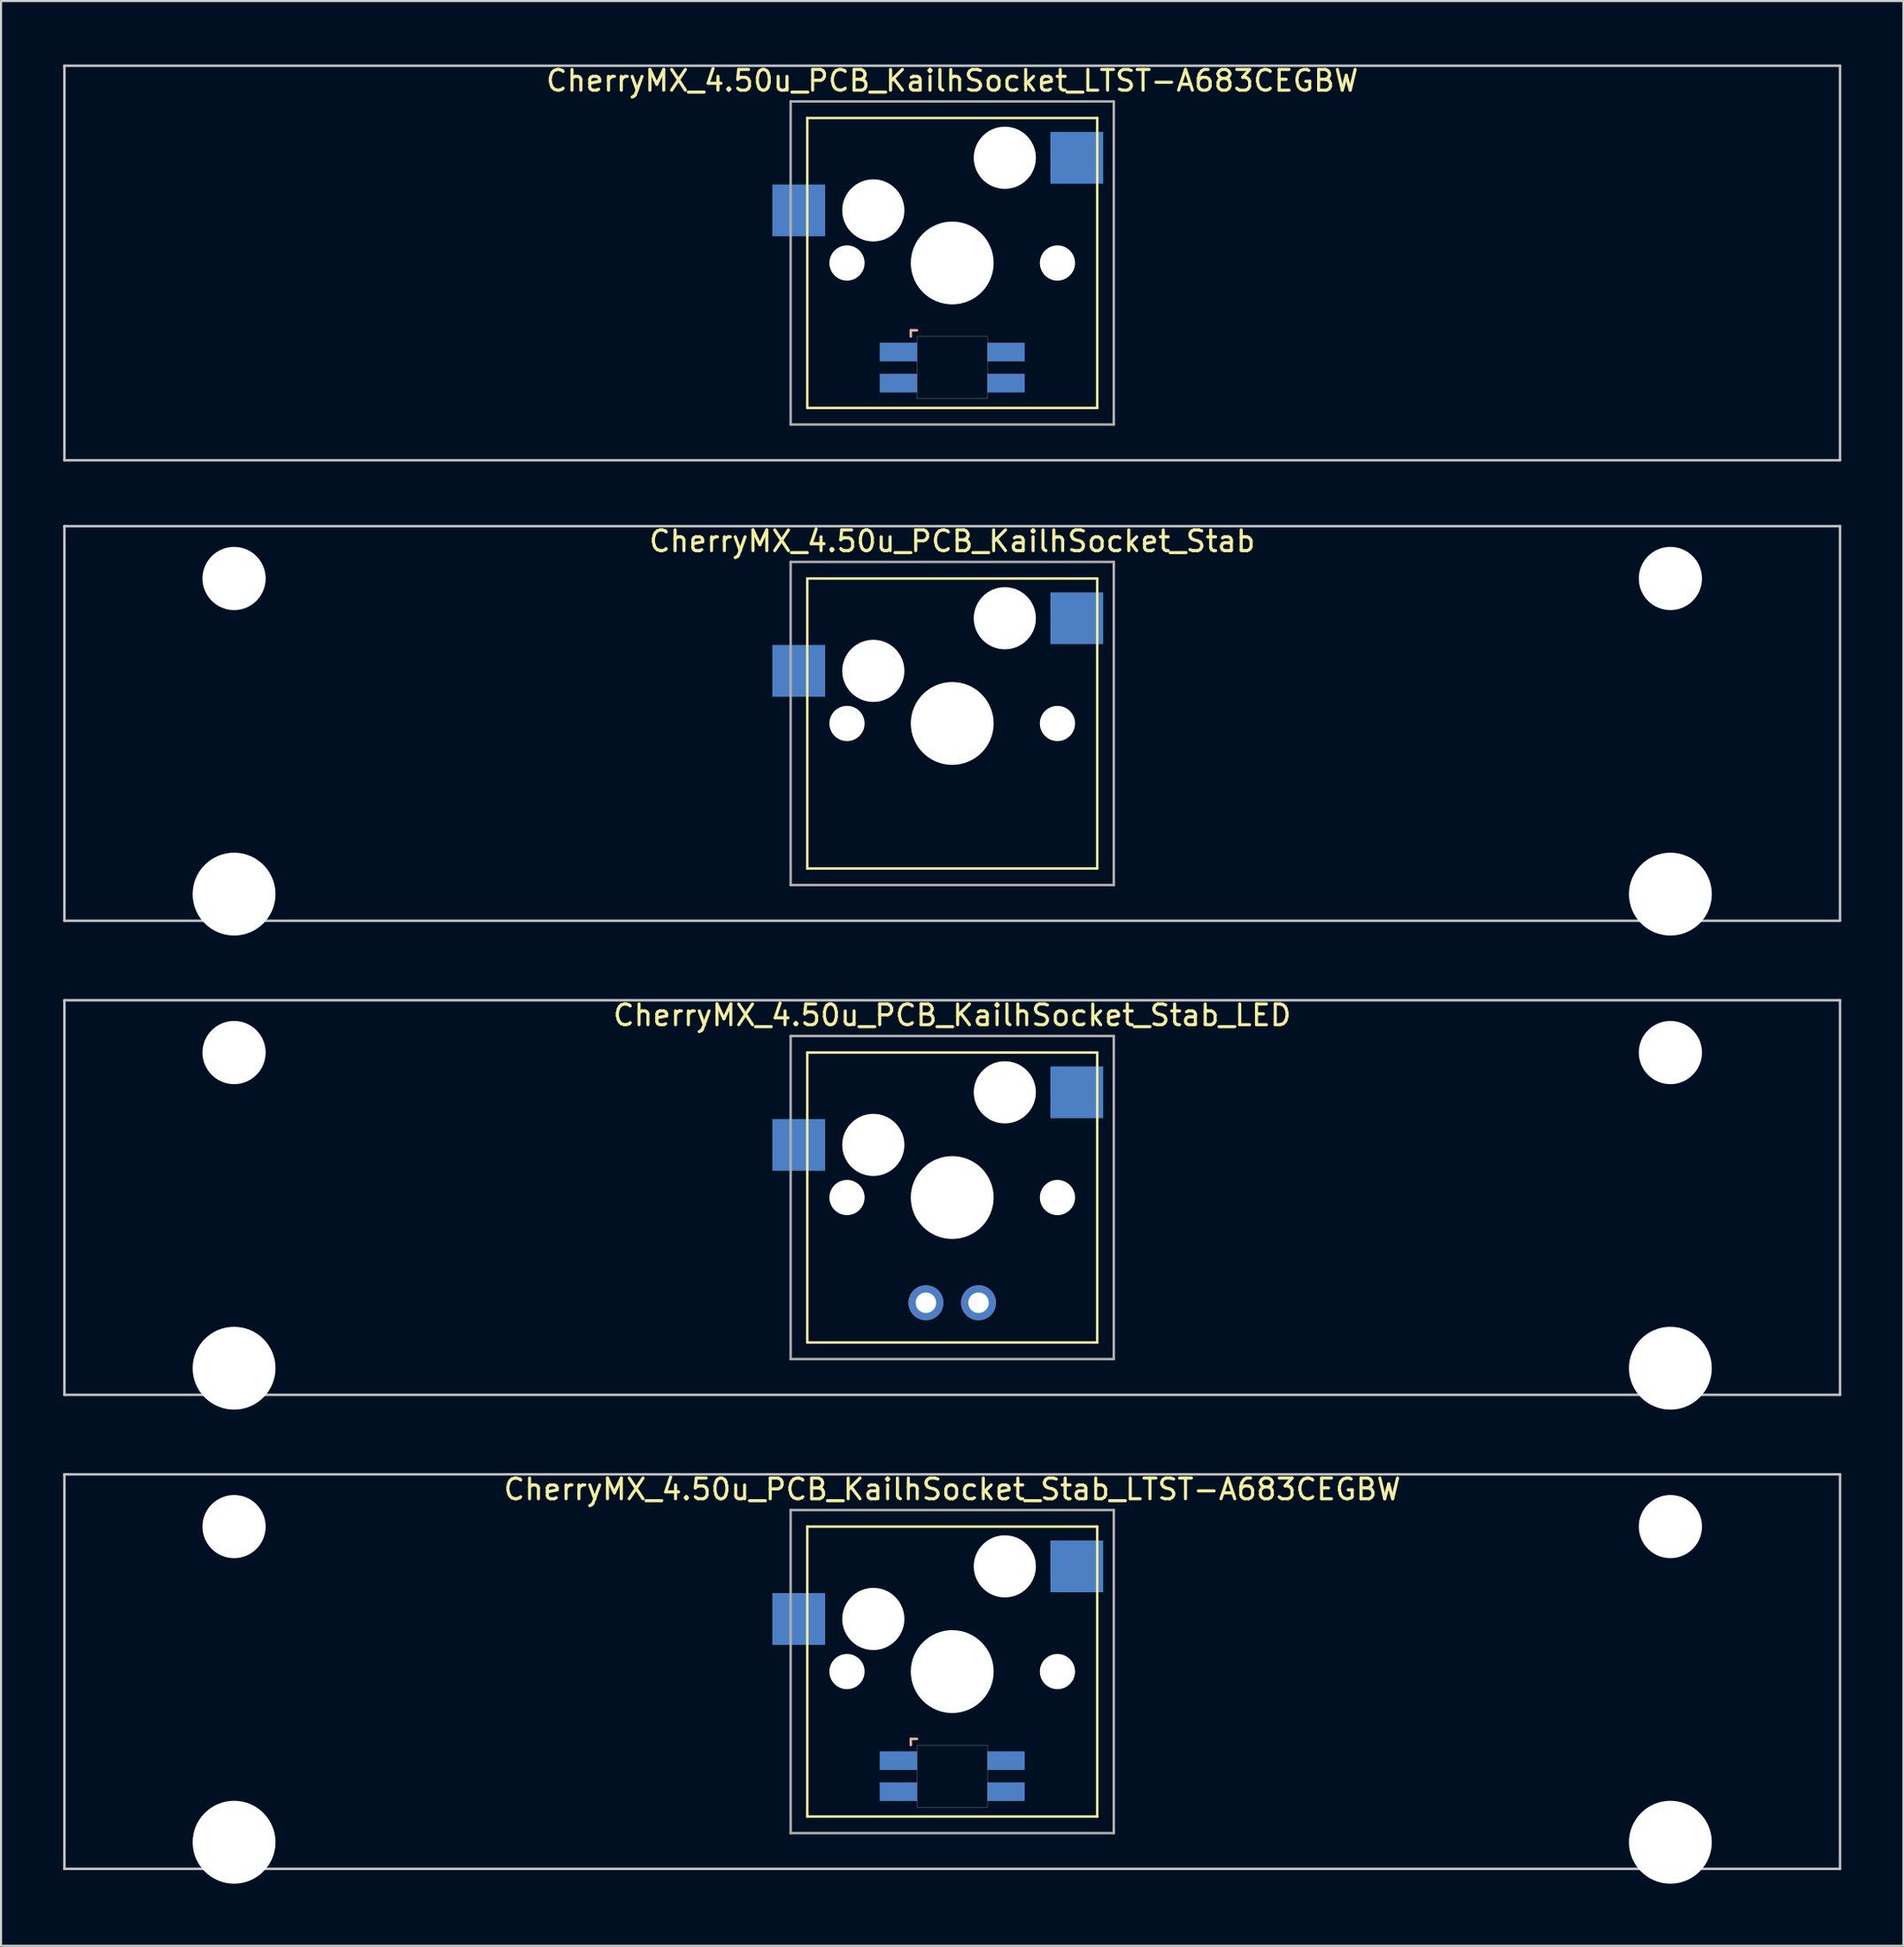
<source format=kicad_pcb>
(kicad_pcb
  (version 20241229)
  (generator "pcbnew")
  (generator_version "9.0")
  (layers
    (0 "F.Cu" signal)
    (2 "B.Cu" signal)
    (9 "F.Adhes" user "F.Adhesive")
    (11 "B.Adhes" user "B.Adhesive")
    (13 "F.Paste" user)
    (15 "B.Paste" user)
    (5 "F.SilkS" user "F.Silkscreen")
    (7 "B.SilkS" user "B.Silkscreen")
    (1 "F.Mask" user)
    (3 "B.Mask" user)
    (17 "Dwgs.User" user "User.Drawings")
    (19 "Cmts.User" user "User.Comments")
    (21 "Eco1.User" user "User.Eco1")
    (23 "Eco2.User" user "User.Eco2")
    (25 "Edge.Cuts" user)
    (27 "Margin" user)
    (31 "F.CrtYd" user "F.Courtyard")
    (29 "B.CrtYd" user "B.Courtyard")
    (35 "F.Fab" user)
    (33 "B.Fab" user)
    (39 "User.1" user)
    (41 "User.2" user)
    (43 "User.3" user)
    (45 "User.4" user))
  (footprint "CherryMX_4.50u_PCB_KailhSocket_LTST-A683CEGBW"
    (layer "F.Cu")
    (at 42.922 9.648)
    (property "Reference" "CherryMX_4.50u_PCB_KailhSocket_LTST-A683CEGBW" (at 0 -8.8 0) (layer "F.SilkS") (effects (font (size 1 1) (thickness 0.15))))
    (attr through_hole)
    (fp_line (start -7 -7) (end -7 7) (stroke (width 0.12) (type solid)) (layer "F.SilkS"))
    (fp_line (start -7 -7) (end 7 -7) (stroke (width 0.12) (type solid)) (layer "F.SilkS"))
    (fp_line (start 7 -7) (end 7 7) (stroke (width 0.12) (type solid)) (layer "F.SilkS"))
    (fp_line (start 7 7) (end -7 7) (stroke (width 0.12) (type solid)) (layer "F.SilkS"))
    (fp_line (start -2 3.25) (end -2 3.55) (stroke (width 0.12) (type solid)) (layer "B.SilkS"))
    (fp_line (start -1.7 3.25) (end -2 3.25) (stroke (width 0.12) (type solid)) (layer "B.SilkS"))
    (fp_line (start -42.862 -9.525) (end 42.862 -9.525) (stroke (width 0.12) (type solid)) (layer "Dwgs.User"))
    (fp_line (start -42.862 9.525) (end -42.862 -9.525) (stroke (width 0.12) (type solid)) (layer "Dwgs.User"))
    (fp_line (start 42.862 -9.525) (end 42.862 9.525) (stroke (width 0.12) (type solid)) (layer "Dwgs.User"))
    (fp_line (start 42.862 9.525) (end -42.862 9.525) (stroke (width 0.12) (type solid)) (layer "Dwgs.User"))
    (fp_poly (pts (xy 1.7 6.55) (xy -1.7 6.55) (xy -1.7 3.55) (xy 1.7 3.55)) (stroke (width 0.01) (type solid)) (fill no) (layer "Edge.Cuts"))
    (fp_line (start -7.8 -7.8) (end -7.8 7.8) (stroke (width 0.12) (type solid)) (layer "F.Fab"))
    (fp_line (start -7.8 -7.8) (end 7.8 -7.8) (stroke (width 0.12) (type solid)) (layer "F.Fab"))
    (fp_line (start -7.8 7.8) (end 7.8 7.8) (stroke (width 0.12) (type solid)) (layer "F.Fab"))
    (fp_line (start 7.8 -7.8) (end 7.8 7.8) (stroke (width 0.12) (type solid)) (layer "F.Fab"))
    (pad "" np_thru_hole circle (at -5.08 0) (size 1.7 1.7) (drill 1.7) (layers "*.Cu" "*.Mask"))
    (pad "" np_thru_hole circle (at -3.81 -2.54) (size 3 3) (drill 3) (layers "*.Cu" "*.Mask"))
    (pad "" np_thru_hole circle (at 0 0) (size 4 4) (drill 4) (layers "*.Cu" "*.Mask"))
    (pad "" np_thru_hole circle (at 2.54 -5.08) (size 3 3) (drill 3) (layers "*.Cu" "*.Mask"))
    (pad "" np_thru_hole circle (at 5.08 0) (size 1.7 1.7) (drill 1.7) (layers "*.Cu" "*.Mask"))
    (pad "1" smd rect (at -7.41 -2.54) (size 2.55 2.5) (layers "B.Cu" "B.Mask" "B.Paste"))
    (pad "2" smd rect (at 6.015 -5.08) (size 2.55 2.5) (layers "B.Cu" "B.Mask" "B.Paste"))
    (pad "3" smd rect (at -2.6 4.3) (size 1.8 0.9) (layers "B.Cu" "B.Mask" "B.Paste"))
    (pad "4" smd rect (at -2.6 5.8) (size 1.8 0.9) (layers "B.Cu" "B.Mask" "B.Paste"))
    (pad "5" smd rect (at 2.6 4.3) (size 1.8 0.9) (layers "B.Cu" "B.Mask" "B.Paste"))
    (pad "6" smd rect (at 2.6 5.8) (size 1.8 0.9) (layers "B.Cu" "B.Mask" "B.Paste")))
  (footprint "CherryMX_4.50u_PCB_KailhSocket_Stab_LED"
    (layer "F.Cu")
    (at 42.922 54.77)
    (property "Reference" "CherryMX_4.50u_PCB_KailhSocket_Stab_LED" (at 0 -8.8 0) (layer "F.SilkS") (effects (font (size 1 1) (thickness 0.15))))
    (attr through_hole)
    (fp_line (start -7 -7) (end -7 7) (stroke (width 0.12) (type solid)) (layer "F.SilkS"))
    (fp_line (start -7 -7) (end 7 -7) (stroke (width 0.12) (type solid)) (layer "F.SilkS"))
    (fp_line (start 7 -7) (end 7 7) (stroke (width 0.12) (type solid)) (layer "F.SilkS"))
    (fp_line (start 7 7) (end -7 7) (stroke (width 0.12) (type solid)) (layer "F.SilkS"))
    (fp_line (start -42.862 -9.525) (end 42.862 -9.525) (stroke (width 0.12) (type solid)) (layer "Dwgs.User"))
    (fp_line (start -42.862 9.525) (end -42.862 -9.525) (stroke (width 0.12) (type solid)) (layer "Dwgs.User"))
    (fp_line (start 42.862 -9.525) (end 42.862 9.525) (stroke (width 0.12) (type solid)) (layer "Dwgs.User"))
    (fp_line (start 42.862 9.525) (end -42.862 9.525) (stroke (width 0.12) (type solid)) (layer "Dwgs.User"))
    (fp_line (start -7.8 -7.8) (end -7.8 7.8) (stroke (width 0.12) (type solid)) (layer "F.Fab"))
    (fp_line (start -7.8 -7.8) (end 7.8 -7.8) (stroke (width 0.12) (type solid)) (layer "F.Fab"))
    (fp_line (start -7.8 7.8) (end 7.8 7.8) (stroke (width 0.12) (type solid)) (layer "F.Fab"))
    (fp_line (start 7.8 -7.8) (end 7.8 7.8) (stroke (width 0.12) (type solid)) (layer "F.Fab"))
    (pad "" np_thru_hole circle (at -34.671 -7) (size 3.05 3.05) (drill 3.05) (layers "*.Cu" "*.Mask"))
    (pad "" np_thru_hole circle (at -34.671 8.24) (size 4 4) (drill 4) (layers "*.Cu" "*.Mask"))
    (pad "" np_thru_hole circle (at -5.08 0) (size 1.7 1.7) (drill 1.7) (layers "*.Cu" "*.Mask"))
    (pad "" np_thru_hole circle (at -3.81 -2.54) (size 3 3) (drill 3) (layers "*.Cu" "*.Mask"))
    (pad "" np_thru_hole circle (at 0 0) (size 4 4) (drill 4) (layers "*.Cu" "*.Mask"))
    (pad "" np_thru_hole circle (at 2.54 -5.08) (size 3 3) (drill 3) (layers "*.Cu" "*.Mask"))
    (pad "" np_thru_hole circle (at 5.08 0) (size 1.7 1.7) (drill 1.7) (layers "*.Cu" "*.Mask"))
    (pad "" np_thru_hole circle (at 34.671 -7) (size 3.05 3.05) (drill 3.05) (layers "*.Cu" "*.Mask"))
    (pad "" np_thru_hole circle (at 34.671 8.24) (size 4 4) (drill 4) (layers "*.Cu" "*.Mask"))
    (pad "1" smd rect (at -7.41 -2.54) (size 2.55 2.5) (layers "B.Cu" "B.Mask" "B.Paste"))
    (pad "2" smd rect (at 6.015 -5.08) (size 2.55 2.5) (layers "B.Cu" "B.Mask" "B.Paste"))
    (pad "3" thru_hole circle (at -1.27 5.08) (size 1.691 1.691) (drill 0.991) (layers "*.Cu" "*.Mask"))
    (pad "4" thru_hole circle (at 1.27 5.08) (size 1.691 1.691) (drill 0.991) (layers "*.Cu" "*.Mask")))
  (footprint "CherryMX_4.50u_PCB_KailhSocket_Stab_LTST-A683CEGBW"
    (layer "F.Cu")
    (at 42.922 77.658)
    (property "Reference" "CherryMX_4.50u_PCB_KailhSocket_Stab_LTST-A683CEGBW" (at 0 -8.8 0) (layer "F.SilkS") (effects (font (size 1 1) (thickness 0.15))))
    (attr through_hole)
    (fp_line (start -7 -7) (end -7 7) (stroke (width 0.12) (type solid)) (layer "F.SilkS"))
    (fp_line (start -7 -7) (end 7 -7) (stroke (width 0.12) (type solid)) (layer "F.SilkS"))
    (fp_line (start 7 -7) (end 7 7) (stroke (width 0.12) (type solid)) (layer "F.SilkS"))
    (fp_line (start 7 7) (end -7 7) (stroke (width 0.12) (type solid)) (layer "F.SilkS"))
    (fp_line (start -2 3.25) (end -2 3.55) (stroke (width 0.12) (type solid)) (layer "B.SilkS"))
    (fp_line (start -1.7 3.25) (end -2 3.25) (stroke (width 0.12) (type solid)) (layer "B.SilkS"))
    (fp_line (start -42.862 -9.525) (end 42.862 -9.525) (stroke (width 0.12) (type solid)) (layer "Dwgs.User"))
    (fp_line (start -42.862 9.525) (end -42.862 -9.525) (stroke (width 0.12) (type solid)) (layer "Dwgs.User"))
    (fp_line (start 42.862 -9.525) (end 42.862 9.525) (stroke (width 0.12) (type solid)) (layer "Dwgs.User"))
    (fp_line (start 42.862 9.525) (end -42.862 9.525) (stroke (width 0.12) (type solid)) (layer "Dwgs.User"))
    (fp_poly (pts (xy 1.7 6.55) (xy -1.7 6.55) (xy -1.7 3.55) (xy 1.7 3.55)) (stroke (width 0.01) (type solid)) (fill no) (layer "Edge.Cuts"))
    (fp_line (start -7.8 -7.8) (end -7.8 7.8) (stroke (width 0.12) (type solid)) (layer "F.Fab"))
    (fp_line (start -7.8 -7.8) (end 7.8 -7.8) (stroke (width 0.12) (type solid)) (layer "F.Fab"))
    (fp_line (start -7.8 7.8) (end 7.8 7.8) (stroke (width 0.12) (type solid)) (layer "F.Fab"))
    (fp_line (start 7.8 -7.8) (end 7.8 7.8) (stroke (width 0.12) (type solid)) (layer "F.Fab"))
    (pad "" np_thru_hole circle (at -34.671 -7) (size 3.05 3.05) (drill 3.05) (layers "*.Cu" "*.Mask"))
    (pad "" np_thru_hole circle (at -34.671 8.24) (size 4 4) (drill 4) (layers "*.Cu" "*.Mask"))
    (pad "" np_thru_hole circle (at -5.08 0) (size 1.7 1.7) (drill 1.7) (layers "*.Cu" "*.Mask"))
    (pad "" np_thru_hole circle (at -3.81 -2.54) (size 3 3) (drill 3) (layers "*.Cu" "*.Mask"))
    (pad "" np_thru_hole circle (at 0 0) (size 4 4) (drill 4) (layers "*.Cu" "*.Mask"))
    (pad "" np_thru_hole circle (at 2.54 -5.08) (size 3 3) (drill 3) (layers "*.Cu" "*.Mask"))
    (pad "" np_thru_hole circle (at 5.08 0) (size 1.7 1.7) (drill 1.7) (layers "*.Cu" "*.Mask"))
    (pad "" np_thru_hole circle (at 34.671 -7) (size 3.05 3.05) (drill 3.05) (layers "*.Cu" "*.Mask"))
    (pad "" np_thru_hole circle (at 34.671 8.24) (size 4 4) (drill 4) (layers "*.Cu" "*.Mask"))
    (pad "1" smd rect (at -7.41 -2.54) (size 2.55 2.5) (layers "B.Cu" "B.Mask" "B.Paste"))
    (pad "2" smd rect (at 6.015 -5.08) (size 2.55 2.5) (layers "B.Cu" "B.Mask" "B.Paste"))
    (pad "3" smd rect (at -2.6 4.3) (size 1.8 0.9) (layers "B.Cu" "B.Mask" "B.Paste"))
    (pad "4" smd rect (at -2.6 5.8) (size 1.8 0.9) (layers "B.Cu" "B.Mask" "B.Paste"))
    (pad "5" smd rect (at 2.6 4.3) (size 1.8 0.9) (layers "B.Cu" "B.Mask" "B.Paste"))
    (pad "6" smd rect (at 2.6 5.8) (size 1.8 0.9) (layers "B.Cu" "B.Mask" "B.Paste")))
  (footprint "CherryMX_4.50u_PCB_KailhSocket_Stab"
    (layer "F.Cu")
    (at 42.922 31.881)
    (property "Reference" "CherryMX_4.50u_PCB_KailhSocket_Stab" (at 0 -8.8 0) (layer "F.SilkS") (effects (font (size 1 1) (thickness 0.15))))
    (attr through_hole)
    (fp_line (start -7 -7) (end -7 7) (stroke (width 0.12) (type solid)) (layer "F.SilkS"))
    (fp_line (start -7 -7) (end 7 -7) (stroke (width 0.12) (type solid)) (layer "F.SilkS"))
    (fp_line (start 7 -7) (end 7 7) (stroke (width 0.12) (type solid)) (layer "F.SilkS"))
    (fp_line (start 7 7) (end -7 7) (stroke (width 0.12) (type solid)) (layer "F.SilkS"))
    (fp_line (start -42.862 -9.525) (end 42.862 -9.525) (stroke (width 0.12) (type solid)) (layer "Dwgs.User"))
    (fp_line (start -42.862 9.525) (end -42.862 -9.525) (stroke (width 0.12) (type solid)) (layer "Dwgs.User"))
    (fp_line (start 42.862 -9.525) (end 42.862 9.525) (stroke (width 0.12) (type solid)) (layer "Dwgs.User"))
    (fp_line (start 42.862 9.525) (end -42.862 9.525) (stroke (width 0.12) (type solid)) (layer "Dwgs.User"))
    (fp_line (start -7.8 -7.8) (end -7.8 7.8) (stroke (width 0.12) (type solid)) (layer "F.Fab"))
    (fp_line (start -7.8 -7.8) (end 7.8 -7.8) (stroke (width 0.12) (type solid)) (layer "F.Fab"))
    (fp_line (start -7.8 7.8) (end 7.8 7.8) (stroke (width 0.12) (type solid)) (layer "F.Fab"))
    (fp_line (start 7.8 -7.8) (end 7.8 7.8) (stroke (width 0.12) (type solid)) (layer "F.Fab"))
    (pad "" np_thru_hole circle (at -34.671 -7) (size 3.05 3.05) (drill 3.05) (layers "*.Cu" "*.Mask"))
    (pad "" np_thru_hole circle (at -34.671 8.24) (size 4 4) (drill 4) (layers "*.Cu" "*.Mask"))
    (pad "" np_thru_hole circle (at -5.08 0) (size 1.7 1.7) (drill 1.7) (layers "*.Cu" "*.Mask"))
    (pad "" np_thru_hole circle (at -3.81 -2.54) (size 3 3) (drill 3) (layers "*.Cu" "*.Mask"))
    (pad "" np_thru_hole circle (at 0 0) (size 4 4) (drill 4) (layers "*.Cu" "*.Mask"))
    (pad "" np_thru_hole circle (at 2.54 -5.08) (size 3 3) (drill 3) (layers "*.Cu" "*.Mask"))
    (pad "" np_thru_hole circle (at 5.08 0) (size 1.7 1.7) (drill 1.7) (layers "*.Cu" "*.Mask"))
    (pad "" np_thru_hole circle (at 34.671 -7) (size 3.05 3.05) (drill 3.05) (layers "*.Cu" "*.Mask"))
    (pad "" np_thru_hole circle (at 34.671 8.24) (size 4 4) (drill 4) (layers "*.Cu" "*.Mask"))
    (pad "1" smd rect (at -7.41 -2.54) (size 2.55 2.5) (layers "B.Cu" "B.Mask" "B.Paste"))
    (pad "2" smd rect (at 6.015 -5.08) (size 2.55 2.5) (layers "B.Cu" "B.Mask" "B.Paste")))
  (gr_rect
    (start -3 -3)
    (end 88.845 90.898)
    (stroke (width 0.1) (type default))
    (fill no)
    (layer "Edge.Cuts")))
</source>
